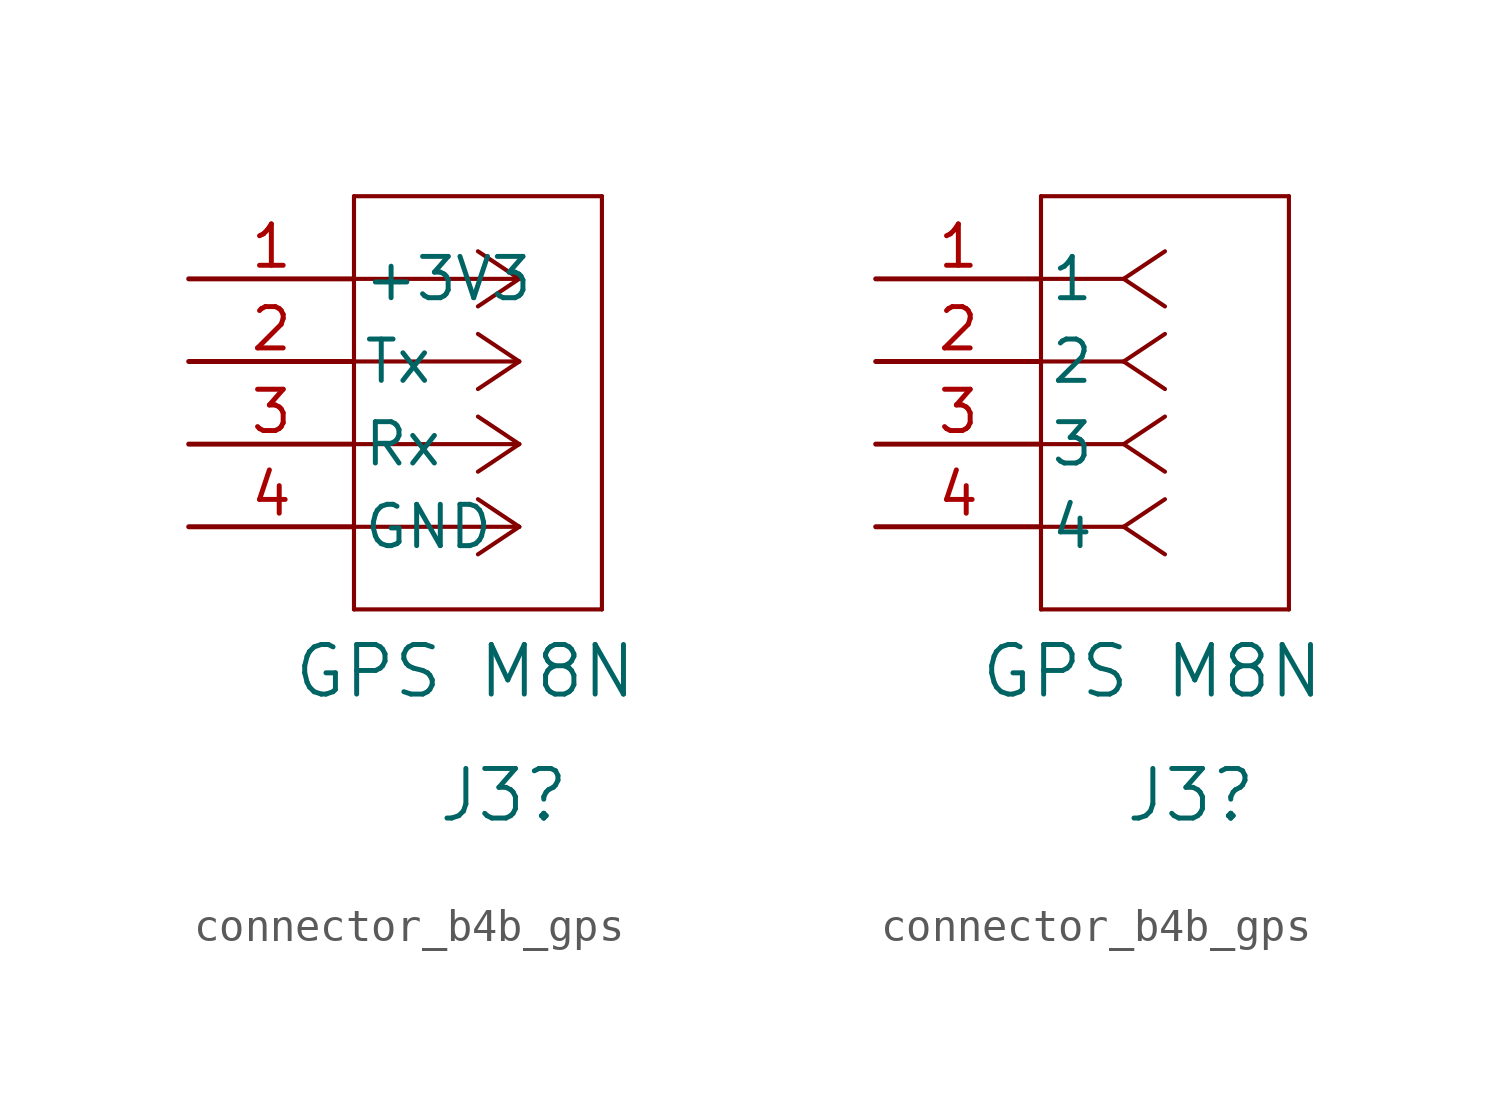
<source format=kicad_sym>
(kicad_symbol_lib
  (version 20241209)
  (generator "kicad_symbol_editor")
  (generator_version "9.0")
  (symbol "connector_b4b_gps"
    (pin_names
      (offset 0.254))
    (property "Reference" "J3"
      (at 7.62 -15.875 0)
      (effects (font (size 1.524 1.524)) (justify left)))
    (property "Value" "GPS M8N"
      (at 3.175 -12.065 0)
      (effects (font (size 1.524 1.524)) (justify left)))
    (property "ki_locked" ""
      (at 0 0 0)
      (effects (font (size 1.27 1.27))))
    (symbol "connector_b4b_gps_1_1"
      (polyline (pts (xy 5.08 2.54) (xy 5.08 -10.16)) (stroke (width 0.127) (type default)) (fill (type none)))
      (polyline (pts (xy 5.08 -10.16) (xy 12.7 -10.16)) (stroke (width 0.127) (type default)) (fill (type none)))
      (polyline (pts (xy 10.16 0) (xy 5.08 0)) (stroke (width 0.127) (type default)) (fill (type none)))
      (polyline (pts (xy 10.16 0) (xy 8.89 0.847)) (stroke (width 0.127) (type default)) (fill (type none)))
      (polyline (pts (xy 10.16 0) (xy 8.89 -0.847)) (stroke (width 0.127) (type default)) (fill (type none)))
      (polyline (pts (xy 10.16 -2.54) (xy 5.08 -2.54)) (stroke (width 0.127) (type default)) (fill (type none)))
      (polyline (pts (xy 10.16 -2.54) (xy 8.89 -1.693)) (stroke (width 0.127) (type default)) (fill (type none)))
      (polyline (pts (xy 10.16 -2.54) (xy 8.89 -3.387)) (stroke (width 0.127) (type default)) (fill (type none)))
      (polyline (pts (xy 10.16 -5.08) (xy 5.08 -5.08)) (stroke (width 0.127) (type default)) (fill (type none)))
      (polyline (pts (xy 10.16 -5.08) (xy 8.89 -4.233)) (stroke (width 0.127) (type default)) (fill (type none)))
      (polyline (pts (xy 10.16 -5.08) (xy 8.89 -5.927)) (stroke (width 0.127) (type default)) (fill (type none)))
      (polyline (pts (xy 10.16 -7.62) (xy 5.08 -7.62)) (stroke (width 0.127) (type default)) (fill (type none)))
      (polyline (pts (xy 10.16 -7.62) (xy 8.89 -6.773)) (stroke (width 0.127) (type default)) (fill (type none)))
      (polyline (pts (xy 10.16 -7.62) (xy 8.89 -8.467)) (stroke (width 0.127) (type default)) (fill (type none)))
      (polyline (pts (xy 12.7 2.54) (xy 5.08 2.54)) (stroke (width 0.127) (type default)) (fill (type none)))
      (polyline (pts (xy 12.7 -10.16) (xy 12.7 2.54)) (stroke (width 0.127) (type default)) (fill (type none)))
      (pin power_in line (at 0 0 0) (length 5.08) (name "+3V3" (effects (font (size 1.27 1.27)))) (number "1" (effects (font (size 1.27 1.27)))))
      (pin bidirectional line (at 0 -2.54 0) (length 5.08) (name "Tx" (effects (font (size 1.27 1.27)))) (number "2" (effects (font (size 1.27 1.27)))))
      (pin bidirectional line (at 0 -5.08 0) (length 5.08) (name "Rx" (effects (font (size 1.27 1.27)))) (number "3" (effects (font (size 1.27 1.27)))))
      (pin power_in line (at 0 -7.62 0) (length 5.08) (name "GND" (effects (font (size 1.27 1.27)))) (number "4" (effects (font (size 1.27 1.27))))))
    (symbol "connector_b4b_gps_1_2"
      (polyline (pts (xy 5.08 2.54) (xy 5.08 -10.16)) (stroke (width 0.127) (type default)) (fill (type none)))
      (polyline (pts (xy 5.08 -10.16) (xy 12.7 -10.16)) (stroke (width 0.127) (type default)) (fill (type none)))
      (polyline (pts (xy 7.62 0) (xy 5.08 0)) (stroke (width 0.127) (type default)) (fill (type none)))
      (polyline (pts (xy 7.62 0) (xy 8.89 0.847)) (stroke (width 0.127) (type default)) (fill (type none)))
      (polyline (pts (xy 7.62 0) (xy 8.89 -0.847)) (stroke (width 0.127) (type default)) (fill (type none)))
      (polyline (pts (xy 7.62 -2.54) (xy 5.08 -2.54)) (stroke (width 0.127) (type default)) (fill (type none)))
      (polyline (pts (xy 7.62 -2.54) (xy 8.89 -1.693)) (stroke (width 0.127) (type default)) (fill (type none)))
      (polyline (pts (xy 7.62 -2.54) (xy 8.89 -3.387)) (stroke (width 0.127) (type default)) (fill (type none)))
      (polyline (pts (xy 7.62 -5.08) (xy 5.08 -5.08)) (stroke (width 0.127) (type default)) (fill (type none)))
      (polyline (pts (xy 7.62 -5.08) (xy 8.89 -4.233)) (stroke (width 0.127) (type default)) (fill (type none)))
      (polyline (pts (xy 7.62 -5.08) (xy 8.89 -5.927)) (stroke (width 0.127) (type default)) (fill (type none)))
      (polyline (pts (xy 7.62 -7.62) (xy 5.08 -7.62)) (stroke (width 0.127) (type default)) (fill (type none)))
      (polyline (pts (xy 7.62 -7.62) (xy 8.89 -6.773)) (stroke (width 0.127) (type default)) (fill (type none)))
      (polyline (pts (xy 7.62 -7.62) (xy 8.89 -8.467)) (stroke (width 0.127) (type default)) (fill (type none)))
      (polyline (pts (xy 12.7 2.54) (xy 5.08 2.54)) (stroke (width 0.127) (type default)) (fill (type none)))
      (polyline (pts (xy 12.7 -10.16) (xy 12.7 2.54)) (stroke (width 0.127) (type default)) (fill (type none)))
      (pin unspecified line (at 0 0 0) (length 5.08) (name "1" (effects (font (size 1.27 1.27)))) (number "1" (effects (font (size 1.27 1.27)))))
      (pin unspecified line (at 0 -2.54 0) (length 5.08) (name "2" (effects (font (size 1.27 1.27)))) (number "2" (effects (font (size 1.27 1.27)))))
      (pin unspecified line (at 0 -5.08 0) (length 5.08) (name "3" (effects (font (size 1.27 1.27)))) (number "3" (effects (font (size 1.27 1.27)))))
      (pin unspecified line (at 0 -7.62 0) (length 5.08) (name "4" (effects (font (size 1.27 1.27)))) (number "4" (effects (font (size 1.27 1.27))))))))
</source>
